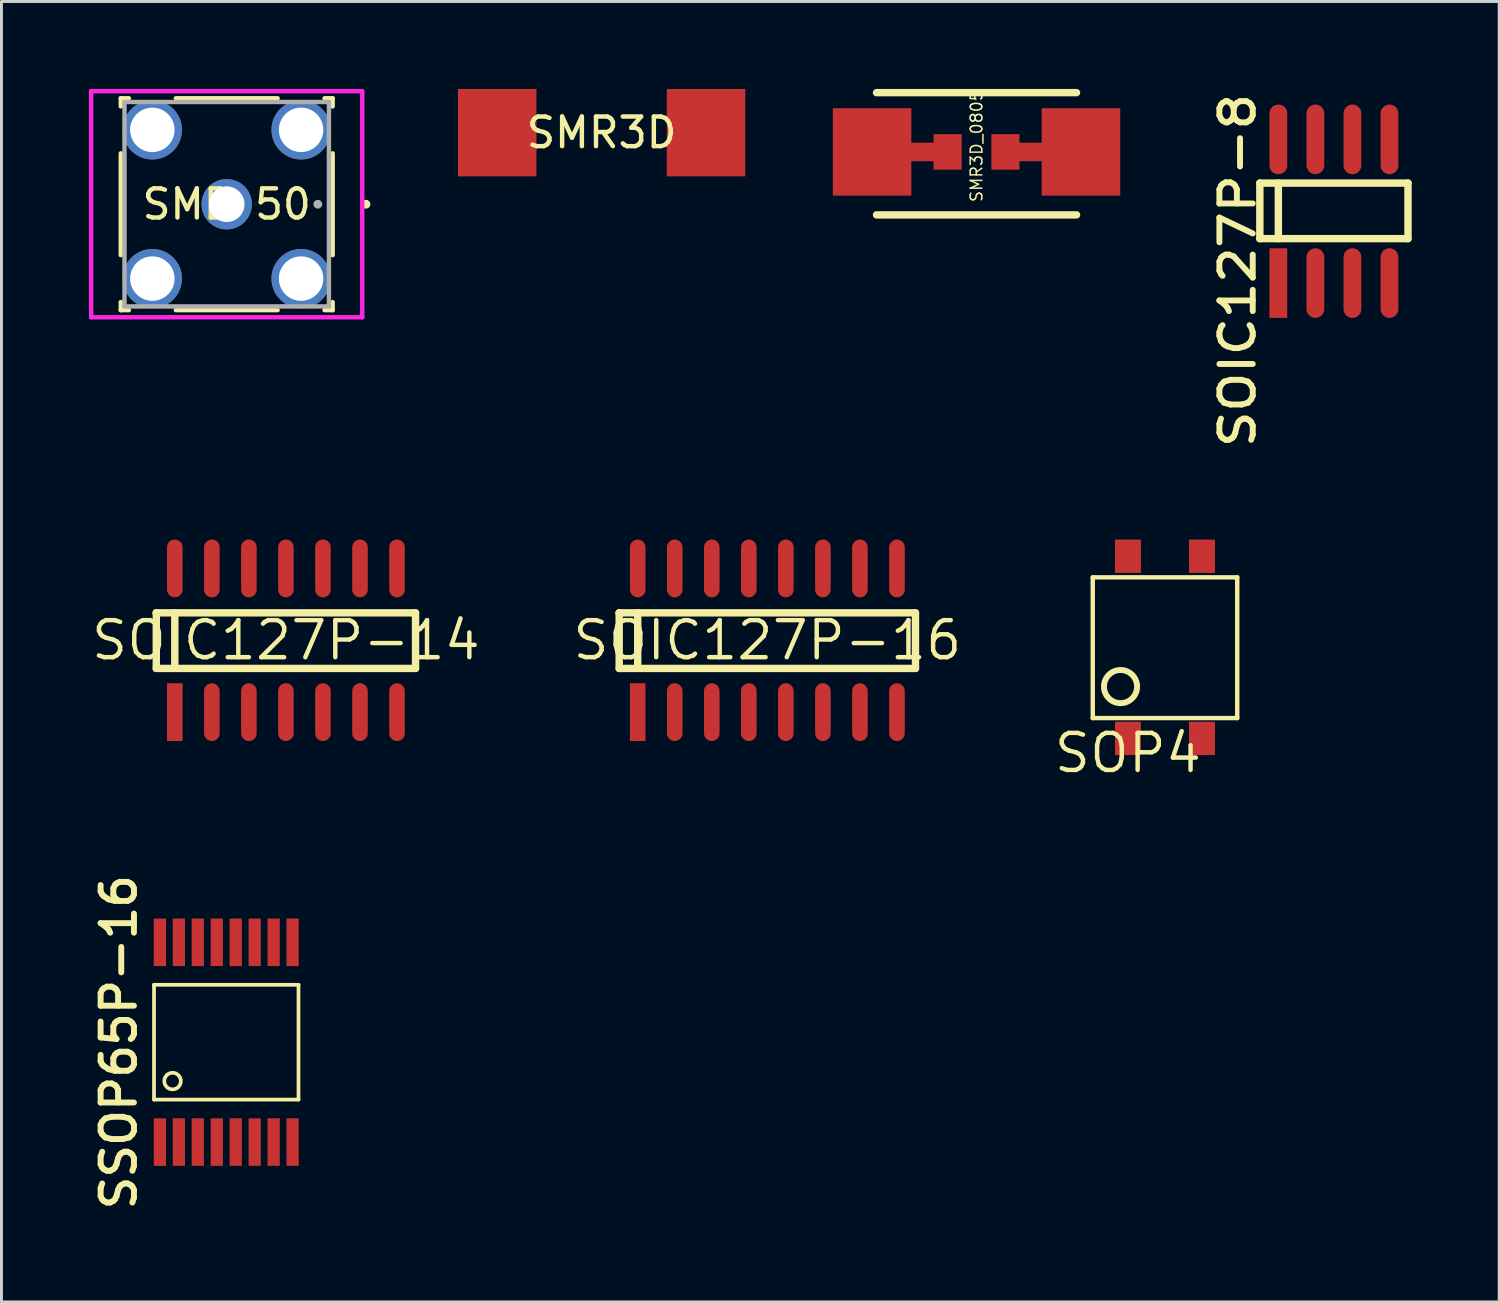
<source format=kicad_pcb>
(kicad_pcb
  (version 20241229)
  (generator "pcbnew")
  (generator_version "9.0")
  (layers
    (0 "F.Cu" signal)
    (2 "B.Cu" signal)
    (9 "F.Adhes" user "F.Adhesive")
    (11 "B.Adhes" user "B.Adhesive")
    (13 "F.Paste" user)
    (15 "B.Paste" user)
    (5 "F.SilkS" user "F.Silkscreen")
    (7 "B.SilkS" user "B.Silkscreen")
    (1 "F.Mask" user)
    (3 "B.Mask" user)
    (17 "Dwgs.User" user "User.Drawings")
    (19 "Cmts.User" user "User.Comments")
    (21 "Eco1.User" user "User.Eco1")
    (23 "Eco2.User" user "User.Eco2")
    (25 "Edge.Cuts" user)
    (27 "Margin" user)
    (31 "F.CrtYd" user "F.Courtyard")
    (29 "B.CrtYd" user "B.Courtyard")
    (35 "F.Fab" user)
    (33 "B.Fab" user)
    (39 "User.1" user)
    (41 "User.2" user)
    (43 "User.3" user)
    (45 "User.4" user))
  (footprint "SSOP65P-16"
    (layer "F.Cu")
    (at 4.708 32.687)
    (property "Reference" "SSOP65P-16" (at -3.683 0 90) (layer "F.SilkS") (effects (font (size 1.143 1.143) (thickness 0.203))))
    (attr smd)
    (fp_line (start -2.477 -1.968) (end -2.477 1.968) (stroke (width 0.127) (type solid)) (layer "F.SilkS"))
    (fp_line (start -2.477 1.968) (end 2.477 1.968) (stroke (width 0.127) (type solid)) (layer "F.SilkS"))
    (fp_line (start 2.477 -1.968) (end -2.477 -1.968) (stroke (width 0.127) (type solid)) (layer "F.SilkS"))
    (fp_line (start 2.477 1.968) (end 2.477 -1.968) (stroke (width 0.127) (type solid)) (layer "F.SilkS"))
    (fp_circle (center -1.841 1.333) (end -1.968 1.587) (stroke (width 0.127) (type solid)) (fill no) (layer "F.SilkS"))
    (pad "1" smd rect (at -2.275 3.425) (size 0.42 1.63) (layers "F.Cu" "F.Mask" "F.Paste"))
    (pad "2" smd rect (at -1.625 3.425) (size 0.42 1.63) (layers "F.Cu" "F.Mask" "F.Paste"))
    (pad "3" smd rect (at -0.975 3.425) (size 0.42 1.63) (layers "F.Cu" "F.Mask" "F.Paste"))
    (pad "4" smd rect (at -0.325 3.425) (size 0.42 1.63) (layers "F.Cu" "F.Mask" "F.Paste"))
    (pad "5" smd rect (at 0.325 3.425) (size 0.42 1.63) (layers "F.Cu" "F.Mask" "F.Paste"))
    (pad "6" smd rect (at 0.975 3.425) (size 0.42 1.63) (layers "F.Cu" "F.Mask" "F.Paste"))
    (pad "7" smd rect (at 1.625 3.425) (size 0.42 1.63) (layers "F.Cu" "F.Mask" "F.Paste"))
    (pad "8" smd rect (at 2.275 3.425) (size 0.42 1.63) (layers "F.Cu" "F.Mask" "F.Paste"))
    (pad "9" smd rect (at 2.275 -3.425) (size 0.42 1.63) (layers "F.Cu" "F.Mask" "F.Paste"))
    (pad "10" smd rect (at 1.625 -3.425) (size 0.42 1.63) (layers "F.Cu" "F.Mask" "F.Paste"))
    (pad "11" smd rect (at 0.975 -3.425) (size 0.42 1.63) (layers "F.Cu" "F.Mask" "F.Paste"))
    (pad "12" smd rect (at 0.325 -3.425) (size 0.42 1.63) (layers "F.Cu" "F.Mask" "F.Paste"))
    (pad "13" smd rect (at -0.325 -3.425) (size 0.42 1.63) (layers "F.Cu" "F.Mask" "F.Paste"))
    (pad "14" smd rect (at -0.975 -3.425) (size 0.42 1.63) (layers "F.Cu" "F.Mask" "F.Paste"))
    (pad "15" smd rect (at -1.625 -3.425) (size 0.42 1.63) (layers "F.Cu" "F.Mask" "F.Paste"))
    (pad "16" smd rect (at -2.275 -3.425) (size 0.42 1.63) (layers "F.Cu" "F.Mask" "F.Paste")))
  (footprint "SOP4"
    (layer "F.Cu")
    (at 35.627 22.271)
    (property "Reference" "SOP4" (at 0 0.5 0) (layer "F.SilkS") (effects (font (size 1.27 1.27) (thickness 0.152))))
    (attr smd)
    (fp_line (start -1.206 -5.524) (end -1.206 -0.699) (stroke (width 0.152) (type solid)) (layer "F.SilkS"))
    (fp_line (start -1.206 -5.524) (end 3.747 -5.524) (stroke (width 0.152) (type solid)) (layer "F.SilkS"))
    (fp_line (start -1.206 -0.699) (end 3.747 -0.699) (stroke (width 0.152) (type solid)) (layer "F.SilkS"))
    (fp_line (start 3.747 -5.524) (end 3.747 -0.699) (stroke (width 0.152) (type solid)) (layer "F.SilkS"))
    (fp_circle (center -0.254 -1.778) (end 0.254 -1.524) (stroke (width 0.203) (type solid)) (fill no) (layer "F.SilkS"))
    (pad "1" smd rect (at 0 0) (size 0.889 1.143) (layers "F.Cu" "F.Mask" "F.Paste"))
    (pad "2" smd rect (at 2.54 0) (size 0.889 1.143) (layers "F.Cu" "F.Mask" "F.Paste"))
    (pad "3" smd rect (at 2.54 -6.248) (size 0.889 1.143) (layers "F.Cu" "F.Mask" "F.Paste"))
    (pad "4" smd rect (at 0 -6.248) (size 0.889 1.143) (layers "F.Cu" "F.Mask" "F.Paste")))
  (footprint "SMB 50"
    (layer "F.Cu")
    (at 4.724 3.953)
    (property "Reference" "SMB 50" (at 0 0 0) (layer "F.SilkS") (effects (font (size 1 1) (thickness 0.15))))
    (attr through_hole)
    (fp_line (start -3.632 -3.632) (end -3.632 -3.355) (stroke (width 0.152) (type solid)) (layer "F.SilkS"))
    (fp_line (start -3.632 -1.745) (end -3.632 1.745) (stroke (width 0.152) (type solid)) (layer "F.SilkS"))
    (fp_line (start -3.632 3.355) (end -3.632 3.632) (stroke (width 0.152) (type solid)) (layer "F.SilkS"))
    (fp_line (start -3.632 3.632) (end -3.355 3.632) (stroke (width 0.152) (type solid)) (layer "F.SilkS"))
    (fp_line (start -3.355 -3.632) (end -3.632 -3.632) (stroke (width 0.152) (type solid)) (layer "F.SilkS"))
    (fp_line (start -1.745 3.632) (end 1.745 3.632) (stroke (width 0.152) (type solid)) (layer "F.SilkS"))
    (fp_line (start 1.745 -3.632) (end -1.745 -3.632) (stroke (width 0.152) (type solid)) (layer "F.SilkS"))
    (fp_line (start 3.355 3.632) (end 3.632 3.632) (stroke (width 0.152) (type solid)) (layer "F.SilkS"))
    (fp_line (start 3.632 -3.632) (end 3.355 -3.632) (stroke (width 0.152) (type solid)) (layer "F.SilkS"))
    (fp_line (start 3.632 -3.355) (end 3.632 -3.632) (stroke (width 0.152) (type solid)) (layer "F.SilkS"))
    (fp_line (start 3.632 1.745) (end 3.632 -1.745) (stroke (width 0.152) (type solid)) (layer "F.SilkS"))
    (fp_line (start 3.632 3.632) (end 3.632 3.355) (stroke (width 0.152) (type solid)) (layer "F.SilkS"))
    (fp_circle (center 4.775 0) (end 4.851 0) (stroke (width 0.152) (type solid)) (fill no) (layer "F.SilkS"))
    (fp_line (start -4.648 -3.876) (end 4.648 -3.876) (stroke (width 0.152) (type solid)) (layer "F.CrtYd"))
    (fp_line (start -4.648 3.876) (end -4.648 -3.876) (stroke (width 0.152) (type solid)) (layer "F.CrtYd"))
    (fp_line (start 4.648 -3.876) (end 4.648 3.876) (stroke (width 0.152) (type solid)) (layer "F.CrtYd"))
    (fp_line (start 4.648 3.876) (end -4.648 3.876) (stroke (width 0.152) (type solid)) (layer "F.CrtYd"))
    (fp_line (start -3.505 -3.505) (end -3.505 3.505) (stroke (width 0.152) (type solid)) (layer "F.Fab"))
    (fp_line (start -3.505 3.505) (end 3.505 3.505) (stroke (width 0.152) (type solid)) (layer "F.Fab"))
    (fp_line (start 3.505 -3.505) (end -3.505 -3.505) (stroke (width 0.152) (type solid)) (layer "F.Fab"))
    (fp_line (start 3.505 3.505) (end 3.505 -3.505) (stroke (width 0.152) (type solid)) (layer "F.Fab"))
    (fp_circle (center 3.124 0) (end 3.2 0) (stroke (width 0.152) (type solid)) (fill no) (layer "F.Fab"))
    (fp_text user "*" (at 0 0 0) (layer "F.SilkS") (effects (font (size 1 1) (thickness 0.15))))
    (fp_text user "Copyright 2016 Accelerated Designs. All rights reserved." (at 0 0 0) (layer "Cmts.User") (effects (font (size 0.127 0.127) (thickness 0.002))))
    (fp_text user "*" (at 0 0 0) (layer "F.Fab") (effects (font (size 1 1) (thickness 0.15))))
    (pad "1" thru_hole circle (at 0 0) (size 1.727 1.727) (drill 1.219) (layers "*.Cu" "*.Mask"))
    (pad "2" thru_hole circle (at -2.55 -2.55) (size 2.032 2.032) (drill 1.524) (layers "*.Cu" "*.Mask"))
    (pad "3" thru_hole circle (at -2.55 2.55) (size 2.032 2.032) (drill 1.524) (layers "*.Cu" "*.Mask"))
    (pad "4" thru_hole circle (at 2.55 2.55) (size 2.032 2.032) (drill 1.524) (layers "*.Cu" "*.Mask"))
    (pad "5" thru_hole circle (at 2.55 -2.55) (size 2.032 2.032) (drill 1.524) (layers "*.Cu" "*.Mask")))
  (footprint "SOIC127P-16"
    (layer "F.Cu")
    (at 23.262 18.905)
    (property "Reference" "SOIC127P-16" (at 0 0 0) (layer "F.SilkS") (effects (font (size 1.27 1.27) (thickness 0.152))))
    (attr smd)
    (fp_line (start -5.08 -0.94) (end -5.08 -0.94) (stroke (width 0.254) (type solid)) (layer "F.SilkS"))
    (fp_line (start -5.08 -0.94) (end 5.08 -0.94) (stroke (width 0.254) (type solid)) (layer "F.SilkS"))
    (fp_line (start -5.08 0.965) (end -5.08 -0.94) (stroke (width 0.254) (type solid)) (layer "F.SilkS"))
    (fp_line (start -4.445 -0.94) (end -4.445 0.965) (stroke (width 0.254) (type solid)) (layer "F.SilkS"))
    (fp_line (start 5.08 -0.94) (end 5.08 0.965) (stroke (width 0.254) (type solid)) (layer "F.SilkS"))
    (fp_line (start 5.08 0.965) (end -5.08 0.965) (stroke (width 0.254) (type solid)) (layer "F.SilkS"))
    (fp_line (start -5.08 -0.94) (end -5.08 -0.94) (stroke (width 0.254) (type solid)) (layer "Eco1.User"))
    (pad "1" smd rect (at -4.445 2.464 90) (size 1.981 0.533) (layers "F.Cu" "F.Mask" "F.Paste" "Eco1.User"))
    (pad "2" smd oval (at -3.175 2.464 90) (size 1.981 0.533) (layers "F.Cu" "F.Mask" "F.Paste" "Eco1.User"))
    (pad "3" smd oval (at -1.905 2.464 90) (size 1.981 0.533) (layers "F.Cu" "F.Mask" "F.Paste" "Eco1.User"))
    (pad "4" smd oval (at -0.635 2.464 90) (size 1.981 0.533) (layers "F.Cu" "F.Mask" "F.Paste" "Eco1.User"))
    (pad "5" smd oval (at 0.635 2.464 90) (size 1.981 0.533) (layers "F.Cu" "F.Mask" "F.Paste" "Eco1.User"))
    (pad "6" smd oval (at 1.905 2.464 90) (size 1.981 0.533) (layers "F.Cu" "F.Mask" "F.Paste" "Eco1.User"))
    (pad "7" smd oval (at 3.175 2.464 90) (size 1.981 0.533) (layers "F.Cu" "F.Mask" "F.Paste" "Eco1.User"))
    (pad "8" smd oval (at 4.445 2.464 90) (size 1.981 0.533) (layers "F.Cu" "F.Mask" "F.Paste" "Eco1.User"))
    (pad "9" smd oval (at 4.445 -2.464 90) (size 1.981 0.533) (layers "F.Cu" "F.Mask" "F.Paste" "Eco1.User"))
    (pad "10" smd oval (at 3.175 -2.464 90) (size 1.981 0.533) (layers "F.Cu" "F.Mask" "F.Paste" "Eco1.User"))
    (pad "11" smd oval (at 1.905 -2.464 90) (size 1.981 0.533) (layers "F.Cu" "F.Mask" "F.Paste" "Eco1.User"))
    (pad "12" smd oval (at 0.635 -2.464 90) (size 1.981 0.533) (layers "F.Cu" "F.Mask" "F.Paste" "Eco1.User"))
    (pad "13" smd oval (at -0.635 -2.464 90) (size 1.981 0.533) (layers "F.Cu" "F.Mask" "F.Paste" "Eco1.User"))
    (pad "14" smd oval (at -1.905 -2.464 90) (size 1.981 0.533) (layers "F.Cu" "F.Mask" "F.Paste" "Eco1.User"))
    (pad "15" smd oval (at -3.175 -2.464 90) (size 1.981 0.533) (layers "F.Cu" "F.Mask" "F.Paste" "Eco1.User"))
    (pad "16" smd oval (at -4.445 -2.464 90) (size 1.981 0.533) (layers "F.Cu" "F.Mask" "F.Paste" "Eco1.User")))
  (footprint "SMR3D_0805"
    (layer "F.Cu")
    (at 30.435 2.159)
    (property "Reference" "SMR3D_0805" (at 0 -0.201 90) (layer "F.SilkS") (effects (font (size 0.399 0.399) (thickness 0.051))))
    (attr smd)
    (fp_line (start -1.016 0) (end -2.54 0) (stroke (width 0.635) (type solid)) (layer "F.Cu"))
    (fp_line (start 1.016 0) (end 2.54 0) (stroke (width 0.635) (type solid)) (layer "F.Cu"))
    (fp_line (start -3.429 -2.032) (end 3.429 -2.032) (stroke (width 0.254) (type solid)) (layer "F.SilkS"))
    (fp_line (start 3.429 2.159) (end -3.429 2.159) (stroke (width 0.254) (type solid)) (layer "F.SilkS"))
    (fp_line (start -3.429 -2.032) (end 3.429 -2.032) (stroke (width 0.254) (type solid)) (layer "Eco1.User"))
    (fp_line (start -3.429 2.159) (end -3.429 -2.032) (stroke (width 0.254) (type solid)) (layer "Eco1.User"))
    (fp_line (start 3.429 -2.032) (end 3.429 2.159) (stroke (width 0.254) (type solid)) (layer "Eco1.User"))
    (fp_line (start 3.429 2.159) (end -3.429 2.159) (stroke (width 0.254) (type solid)) (layer "Eco1.User"))
    (pad "1" smd rect (at -3.581 0) (size 2.692 2.997) (layers "F.Cu" "F.Mask" "F.Paste" "Eco1.User"))
    (pad "2" smd rect (at 3.581 0) (size 2.692 2.997) (layers "F.Cu" "F.Mask" "F.Paste" "Eco1.User"))
    (pad "3" smd rect (at 0.991 0) (size 0.965 1.219) (layers "F.Cu" "F.Mask" "F.Paste" "Eco1.User"))
    (pad "4" smd rect (at -0.991 0) (size 0.965 1.219) (layers "F.Cu" "F.Mask" "F.Paste" "Eco1.User")))
  (footprint "SOIC127P-14"
    (layer "F.Cu")
    (at 6.754 18.905)
    (property "Reference" "SOIC127P-14" (at 0 0 0) (layer "F.SilkS") (effects (font (size 1.27 1.27) (thickness 0.152))))
    (attr smd)
    (fp_line (start -4.445 -0.94) (end -4.445 -0.94) (stroke (width 0.254) (type solid)) (layer "F.SilkS"))
    (fp_line (start -4.445 -0.94) (end 4.445 -0.94) (stroke (width 0.254) (type solid)) (layer "F.SilkS"))
    (fp_line (start -4.445 0.965) (end -4.445 -0.94) (stroke (width 0.254) (type solid)) (layer "F.SilkS"))
    (fp_line (start -3.81 -0.94) (end -3.81 0.965) (stroke (width 0.254) (type solid)) (layer "F.SilkS"))
    (fp_line (start 4.445 -0.94) (end 4.445 0.965) (stroke (width 0.254) (type solid)) (layer "F.SilkS"))
    (fp_line (start 4.445 0.965) (end -4.445 0.965) (stroke (width 0.254) (type solid)) (layer "F.SilkS"))
    (fp_line (start -4.445 -0.94) (end -4.445 -0.94) (stroke (width 0.254) (type solid)) (layer "Eco1.User"))
    (pad "1" smd rect (at -3.81 2.464 90) (size 1.981 0.533) (layers "F.Cu" "F.Mask" "F.Paste" "Eco1.User"))
    (pad "2" smd oval (at -2.54 2.464 90) (size 1.981 0.533) (layers "F.Cu" "F.Mask" "F.Paste" "Eco1.User"))
    (pad "3" smd oval (at -1.27 2.464 90) (size 1.981 0.533) (layers "F.Cu" "F.Mask" "F.Paste" "Eco1.User"))
    (pad "4" smd oval (at 0 2.464 90) (size 1.981 0.533) (layers "F.Cu" "F.Mask" "F.Paste" "Eco1.User"))
    (pad "5" smd oval (at 1.27 2.464 90) (size 1.981 0.533) (layers "F.Cu" "F.Mask" "F.Paste" "Eco1.User"))
    (pad "6" smd oval (at 2.54 2.464 90) (size 1.981 0.533) (layers "F.Cu" "F.Mask" "F.Paste" "Eco1.User"))
    (pad "7" smd oval (at 3.81 2.464 90) (size 1.981 0.533) (layers "F.Cu" "F.Mask" "F.Paste" "Eco1.User"))
    (pad "8" smd oval (at 3.81 -2.464 90) (size 1.981 0.533) (layers "F.Cu" "F.Mask" "F.Paste" "Eco1.User"))
    (pad "9" smd oval (at 2.54 -2.464 90) (size 1.981 0.533) (layers "F.Cu" "F.Mask" "F.Paste" "Eco1.User"))
    (pad "10" smd oval (at 1.27 -2.464 90) (size 1.981 0.533) (layers "F.Cu" "F.Mask" "F.Paste" "Eco1.User"))
    (pad "11" smd oval (at 0 -2.464 90) (size 1.981 0.533) (layers "F.Cu" "F.Mask" "F.Paste" "Eco1.User"))
    (pad "12" smd oval (at -1.27 -2.464 90) (size 1.981 0.533) (layers "F.Cu" "F.Mask" "F.Paste" "Eco1.User"))
    (pad "13" smd oval (at -2.54 -2.464 90) (size 1.981 0.533) (layers "F.Cu" "F.Mask" "F.Paste" "Eco1.User"))
    (pad "14" smd oval (at -3.81 -2.464 90) (size 1.981 0.533) (layers "F.Cu" "F.Mask" "F.Paste" "Eco1.User")))
  (footprint "SOIC127P-8"
    (layer "F.Cu")
    (at 42.69 4.193)
    (property "Reference" "SOIC127P-8" (at -3.302 2.032 90) (layer "F.SilkS") (effects (font (size 1.143 1.27) (thickness 0.203))))
    (attr smd)
    (fp_line (start -2.54 -0.965) (end -2.54 0.94) (stroke (width 0.254) (type solid)) (layer "F.SilkS"))
    (fp_line (start -2.54 0.94) (end 2.54 0.94) (stroke (width 0.254) (type solid)) (layer "F.SilkS"))
    (fp_line (start -1.905 -0.965) (end -1.905 0.94) (stroke (width 0.254) (type solid)) (layer "F.SilkS"))
    (fp_line (start 2.54 -0.965) (end -2.54 -0.965) (stroke (width 0.254) (type solid)) (layer "F.SilkS"))
    (fp_line (start 2.54 0.94) (end 2.54 -0.965) (stroke (width 0.254) (type solid)) (layer "F.SilkS"))
    (fp_line (start -2.54 -0.965) (end -2.54 0.94) (stroke (width 0.254) (type solid)) (layer "Eco1.User"))
    (fp_line (start -2.54 0.94) (end 2.54 0.94) (stroke (width 0.254) (type solid)) (layer "Eco1.User"))
    (fp_line (start -1.905 0.94) (end -1.905 -0.965) (stroke (width 0.254) (type solid)) (layer "Eco1.User"))
    (fp_line (start 2.54 -0.965) (end -2.54 -0.965) (stroke (width 0.254) (type solid)) (layer "Eco1.User"))
    (fp_line (start 2.54 0.94) (end 2.54 -0.965) (stroke (width 0.254) (type solid)) (layer "Eco1.User"))
    (pad "1" smd rect (at -1.905 2.464 90) (size 2.388 0.61) (layers "F.Cu" "F.Mask" "F.Paste" "Eco1.User"))
    (pad "2" smd oval (at -0.635 2.464 90) (size 2.388 0.61) (layers "F.Cu" "F.Mask" "F.Paste" "Eco1.User"))
    (pad "3" smd oval (at 0.635 2.464 90) (size 2.388 0.61) (layers "F.Cu" "F.Mask" "F.Paste" "Eco1.User"))
    (pad "4" smd oval (at 1.905 2.464 90) (size 2.388 0.61) (layers "F.Cu" "F.Mask" "F.Paste" "Eco1.User"))
    (pad "5" smd oval (at 1.905 -2.464 90) (size 2.388 0.61) (layers "F.Cu" "F.Mask" "F.Paste" "Eco1.User"))
    (pad "6" smd oval (at 0.635 -2.464 90) (size 2.388 0.61) (layers "F.Cu" "F.Mask" "F.Paste" "Eco1.User"))
    (pad "7" smd oval (at -0.635 -2.464 90) (size 2.388 0.61) (layers "F.Cu" "F.Mask" "F.Paste" "Eco1.User"))
    (pad "8" smd oval (at -1.905 -2.464 90) (size 2.388 0.61) (layers "F.Cu" "F.Mask" "F.Paste" "Eco1.User")))
  (footprint "SMR3D"
    (layer "F.Cu")
    (at 17.58 1.499)
    (property "Reference" "SMR3D" (at 0 0 0) (layer "F.SilkS") (effects (font (size 1.016 1.016) (thickness 0.152))))
    (attr smd)
    (pad "1" smd rect (at -3.581 0) (size 2.692 2.997) (layers "F.Cu" "F.Mask" "F.Paste" "Eco1.User"))
    (pad "2" smd rect (at 3.581 0) (size 2.692 2.997) (layers "F.Cu" "F.Mask" "F.Paste" "Eco1.User")))
  (gr_rect
    (start -3 -3)
    (end 48.357 41.592)
    (stroke (width 0.1) (type default))
    (fill no)
    (layer "Edge.Cuts")))
</source>
